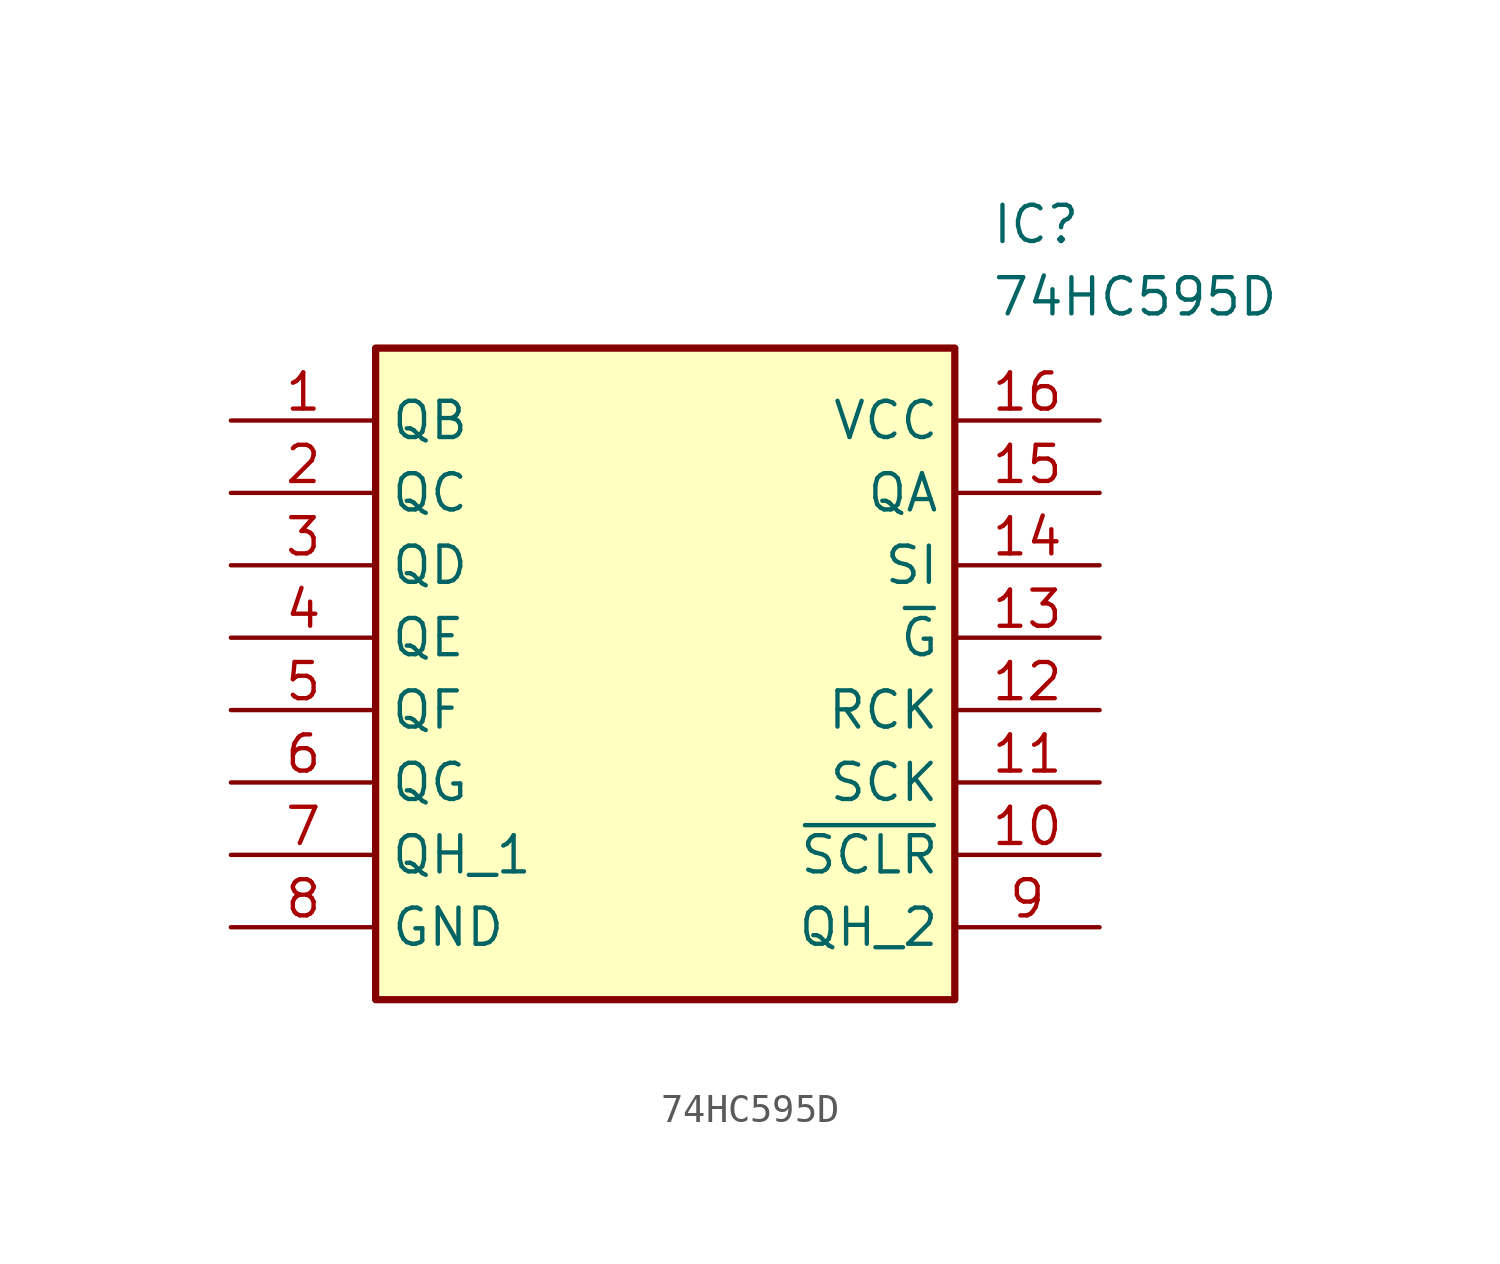
<source format=kicad_sym>
(kicad_symbol_lib
  (version 20220914)
  (generator SamacSys_ECAD_Model)
  (symbol "74HC595D"
    (property "Reference" "IC"
      (at 26.67 7.62 0)
      (effects (font (size 1.27 1.27)) (justify left top)))
    (property "Value" "74HC595D"
      (at 26.67 5.08 0)
      (effects (font (size 1.27 1.27)) (justify left top)))
    (rectangle
      (start 5.08 2.54)
      (end 25.4 -20.32)
      (stroke (width 0.254) (type default))
      (fill (type background)))
    (pin passive line
      (at 0 0 0)
      (length 5.08)
      (name "QB" (effects (font (size 1.27 1.27))))
      (number "1" (effects (font (size 1.27 1.27)))))
    (pin passive line
      (at 0 -2.54 0)
      (length 5.08)
      (name "QC" (effects (font (size 1.27 1.27))))
      (number "2" (effects (font (size 1.27 1.27)))))
    (pin passive line
      (at 0 -5.08 0)
      (length 5.08)
      (name "QD" (effects (font (size 1.27 1.27))))
      (number "3" (effects (font (size 1.27 1.27)))))
    (pin passive line
      (at 0 -7.62 0)
      (length 5.08)
      (name "QE" (effects (font (size 1.27 1.27))))
      (number "4" (effects (font (size 1.27 1.27)))))
    (pin passive line
      (at 0 -10.16 0)
      (length 5.08)
      (name "QF" (effects (font (size 1.27 1.27))))
      (number "5" (effects (font (size 1.27 1.27)))))
    (pin passive line
      (at 0 -12.7 0)
      (length 5.08)
      (name "QG" (effects (font (size 1.27 1.27))))
      (number "6" (effects (font (size 1.27 1.27)))))
    (pin passive line
      (at 0 -15.24 0)
      (length 5.08)
      (name "QH_1" (effects (font (size 1.27 1.27))))
      (number "7" (effects (font (size 1.27 1.27)))))
    (pin passive line
      (at 0 -17.78 0)
      (length 5.08)
      (name "GND" (effects (font (size 1.27 1.27))))
      (number "8" (effects (font (size 1.27 1.27)))))
    (pin passive line
      (at 30.48 0 180)
      (length 5.08)
      (name "VCC" (effects (font (size 1.27 1.27))))
      (number "16" (effects (font (size 1.27 1.27)))))
    (pin passive line
      (at 30.48 -2.54 180)
      (length 5.08)
      (name "QA" (effects (font (size 1.27 1.27))))
      (number "15" (effects (font (size 1.27 1.27)))))
    (pin passive line
      (at 30.48 -5.08 180)
      (length 5.08)
      (name "SI" (effects (font (size 1.27 1.27))))
      (number "14" (effects (font (size 1.27 1.27)))))
    (pin passive line
      (at 30.48 -7.62 180)
      (length 5.08)
      (name "~{G}" (effects (font (size 1.27 1.27))))
      (number "13" (effects (font (size 1.27 1.27)))))
    (pin passive line
      (at 30.48 -10.16 180)
      (length 5.08)
      (name "RCK" (effects (font (size 1.27 1.27))))
      (number "12" (effects (font (size 1.27 1.27)))))
    (pin passive line
      (at 30.48 -12.7 180)
      (length 5.08)
      (name "SCK" (effects (font (size 1.27 1.27))))
      (number "11" (effects (font (size 1.27 1.27)))))
    (pin passive line
      (at 30.48 -15.24 180)
      (length 5.08)
      (name "~{SCLR}" (effects (font (size 1.27 1.27))))
      (number "10" (effects (font (size 1.27 1.27)))))
    (pin passive line
      (at 30.48 -17.78 180)
      (length 5.08)
      (name "QH_2" (effects (font (size 1.27 1.27))))
      (number "9" (effects (font (size 1.27 1.27)))))))
</source>
